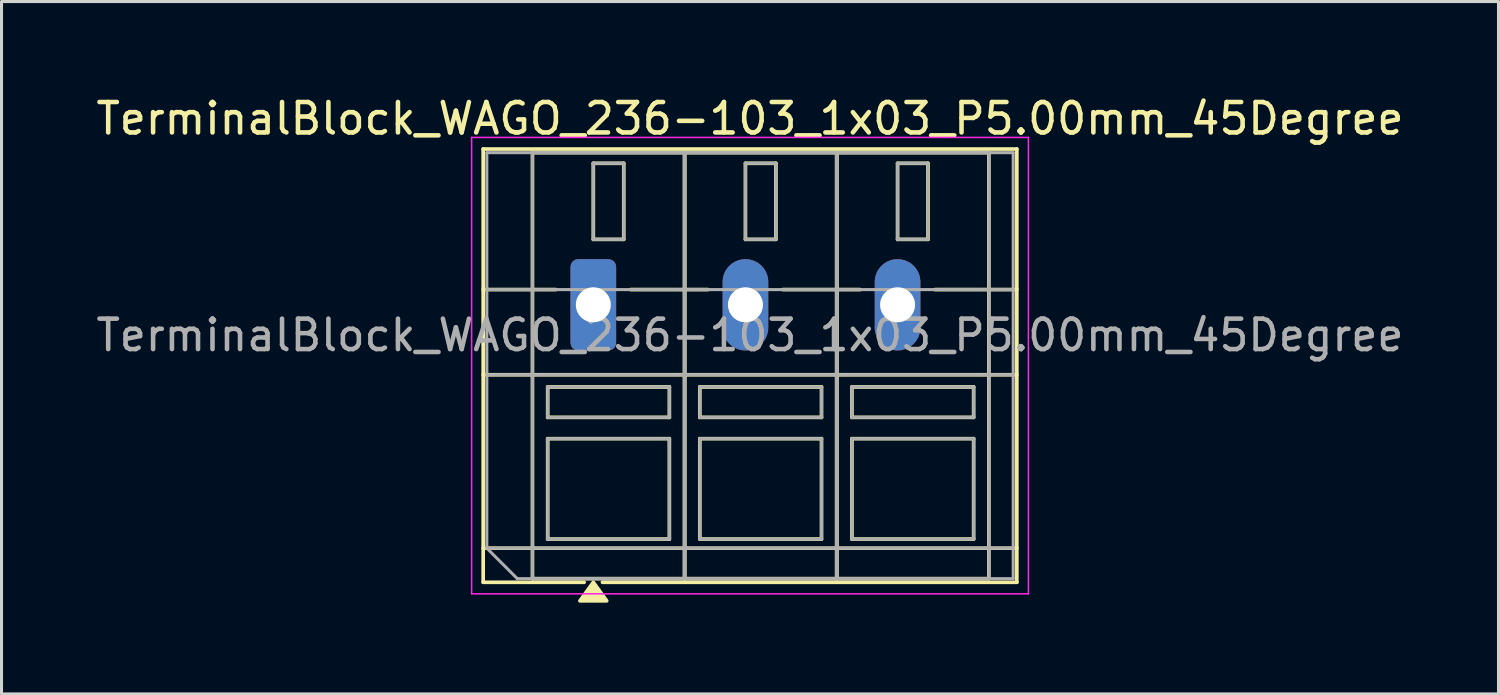
<source format=kicad_pcb>
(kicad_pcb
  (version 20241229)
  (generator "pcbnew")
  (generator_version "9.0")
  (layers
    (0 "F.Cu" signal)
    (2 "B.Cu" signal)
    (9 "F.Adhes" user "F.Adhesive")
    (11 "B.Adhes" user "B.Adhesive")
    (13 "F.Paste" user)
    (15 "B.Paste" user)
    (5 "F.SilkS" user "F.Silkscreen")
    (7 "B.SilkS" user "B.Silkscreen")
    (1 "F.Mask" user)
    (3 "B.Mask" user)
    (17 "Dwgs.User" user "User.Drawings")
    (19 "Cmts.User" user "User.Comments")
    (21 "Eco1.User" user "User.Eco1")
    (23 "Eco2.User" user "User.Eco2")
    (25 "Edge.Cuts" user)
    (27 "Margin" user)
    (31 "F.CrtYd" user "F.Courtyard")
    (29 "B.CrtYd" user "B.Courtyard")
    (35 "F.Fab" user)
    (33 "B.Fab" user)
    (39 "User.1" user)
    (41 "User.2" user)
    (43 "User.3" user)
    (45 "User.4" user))
  (footprint "TerminalBlock_WAGO_236-103_1x03_P5.00mm_45Degree"
    (layer "F.Cu")
    (at 16.451 6.968)
    (property "Reference" "TerminalBlock_WAGO_236-103_1x03_P5.00mm_45Degree" (at 5.15 -6.12 0) (layer "F.SilkS") (effects (font (size 1 1) (thickness 0.15))))
    (attr through_hole)
    (fp_line (start -3.62 -5.12) (end 13.92 -5.12) (stroke (width 0.12) (type solid)) (layer "F.SilkS"))
    (fp_line (start -3.62 -0.5) (end -1.23 -0.5) (stroke (width 0.12) (type solid)) (layer "F.SilkS"))
    (fp_line (start -3.62 2.3) (end 13.92 2.3) (stroke (width 0.12) (type solid)) (layer "F.SilkS"))
    (fp_line (start -3.62 8) (end 13.92 8) (stroke (width 0.12) (type solid)) (layer "F.SilkS"))
    (fp_line (start -3.62 9.12) (end -3.62 -5.12) (stroke (width 0.12) (type solid)) (layer "F.SilkS"))
    (fp_line (start -2 -5) (end 3 -5) (stroke (width 0.12) (type solid)) (layer "F.SilkS"))
    (fp_line (start -2 9) (end -2 -5) (stroke (width 0.12) (type solid)) (layer "F.SilkS"))
    (fp_line (start -1.5 2.7) (end 2.5 2.7) (stroke (width 0.12) (type solid)) (layer "F.SilkS"))
    (fp_line (start -1.5 3.7) (end -1.5 2.7) (stroke (width 0.12) (type solid)) (layer "F.SilkS"))
    (fp_line (start -1.5 4.4) (end 2.5 4.4) (stroke (width 0.12) (type solid)) (layer "F.SilkS"))
    (fp_line (start -1.5 7.7) (end -1.5 4.4) (stroke (width 0.12) (type solid)) (layer "F.SilkS"))
    (fp_line (start -0.3 9.12) (end -3.62 9.12) (stroke (width 0.12) (type solid)) (layer "F.SilkS"))
    (fp_line (start 0 -4.65) (end 1 -4.65) (stroke (width 0.12) (type solid)) (layer "F.SilkS"))
    (fp_line (start 0 -2.15) (end 0 -4.65) (stroke (width 0.12) (type solid)) (layer "F.SilkS"))
    (fp_line (start 1 -4.65) (end 1 -2.15) (stroke (width 0.12) (type solid)) (layer "F.SilkS"))
    (fp_line (start 1 -2.15) (end 0 -2.15) (stroke (width 0.12) (type solid)) (layer "F.SilkS"))
    (fp_line (start 1.23 -0.5) (end 3.77 -0.5) (stroke (width 0.12) (type solid)) (layer "F.SilkS"))
    (fp_line (start 2.5 2.7) (end 2.5 3.7) (stroke (width 0.12) (type solid)) (layer "F.SilkS"))
    (fp_line (start 2.5 3.7) (end -1.5 3.7) (stroke (width 0.12) (type solid)) (layer "F.SilkS"))
    (fp_line (start 2.5 4.4) (end 2.5 7.7) (stroke (width 0.12) (type solid)) (layer "F.SilkS"))
    (fp_line (start 2.5 7.7) (end -1.5 7.7) (stroke (width 0.12) (type solid)) (layer "F.SilkS"))
    (fp_line (start 3 -5) (end 3 9) (stroke (width 0.12) (type solid)) (layer "F.SilkS"))
    (fp_line (start 3 -5) (end 8 -5) (stroke (width 0.12) (type solid)) (layer "F.SilkS"))
    (fp_line (start 3 9) (end -2 9) (stroke (width 0.12) (type solid)) (layer "F.SilkS"))
    (fp_line (start 3 9) (end 3 -5) (stroke (width 0.12) (type solid)) (layer "F.SilkS"))
    (fp_line (start 3.5 2.7) (end 7.5 2.7) (stroke (width 0.12) (type solid)) (layer "F.SilkS"))
    (fp_line (start 3.5 3.7) (end 3.5 2.7) (stroke (width 0.12) (type solid)) (layer "F.SilkS"))
    (fp_line (start 3.5 4.4) (end 7.5 4.4) (stroke (width 0.12) (type solid)) (layer "F.SilkS"))
    (fp_line (start 3.5 7.7) (end 3.5 4.4) (stroke (width 0.12) (type solid)) (layer "F.SilkS"))
    (fp_line (start 5 -4.65) (end 6 -4.65) (stroke (width 0.12) (type solid)) (layer "F.SilkS"))
    (fp_line (start 5 -2.15) (end 5 -4.65) (stroke (width 0.12) (type solid)) (layer "F.SilkS"))
    (fp_line (start 6 -4.65) (end 6 -2.15) (stroke (width 0.12) (type solid)) (layer "F.SilkS"))
    (fp_line (start 6 -2.15) (end 5 -2.15) (stroke (width 0.12) (type solid)) (layer "F.SilkS"))
    (fp_line (start 6.23 -0.5) (end 8.77 -0.5) (stroke (width 0.12) (type solid)) (layer "F.SilkS"))
    (fp_line (start 7.5 2.7) (end 7.5 3.7) (stroke (width 0.12) (type solid)) (layer "F.SilkS"))
    (fp_line (start 7.5 3.7) (end 3.5 3.7) (stroke (width 0.12) (type solid)) (layer "F.SilkS"))
    (fp_line (start 7.5 4.4) (end 7.5 7.7) (stroke (width 0.12) (type solid)) (layer "F.SilkS"))
    (fp_line (start 7.5 7.7) (end 3.5 7.7) (stroke (width 0.12) (type solid)) (layer "F.SilkS"))
    (fp_line (start 8 -5) (end 8 9) (stroke (width 0.12) (type solid)) (layer "F.SilkS"))
    (fp_line (start 8 -5) (end 13 -5) (stroke (width 0.12) (type solid)) (layer "F.SilkS"))
    (fp_line (start 8 9) (end 3 9) (stroke (width 0.12) (type solid)) (layer "F.SilkS"))
    (fp_line (start 8 9) (end 8 -5) (stroke (width 0.12) (type solid)) (layer "F.SilkS"))
    (fp_line (start 8.5 2.7) (end 12.5 2.7) (stroke (width 0.12) (type solid)) (layer "F.SilkS"))
    (fp_line (start 8.5 3.7) (end 8.5 2.7) (stroke (width 0.12) (type solid)) (layer "F.SilkS"))
    (fp_line (start 8.5 4.4) (end 12.5 4.4) (stroke (width 0.12) (type solid)) (layer "F.SilkS"))
    (fp_line (start 8.5 7.7) (end 8.5 4.4) (stroke (width 0.12) (type solid)) (layer "F.SilkS"))
    (fp_line (start 10 -4.65) (end 11 -4.65) (stroke (width 0.12) (type solid)) (layer "F.SilkS"))
    (fp_line (start 10 -2.15) (end 10 -4.65) (stroke (width 0.12) (type solid)) (layer "F.SilkS"))
    (fp_line (start 11 -4.65) (end 11 -2.15) (stroke (width 0.12) (type solid)) (layer "F.SilkS"))
    (fp_line (start 11 -2.15) (end 10 -2.15) (stroke (width 0.12) (type solid)) (layer "F.SilkS"))
    (fp_line (start 11.23 -0.5) (end 13.92 -0.5) (stroke (width 0.12) (type solid)) (layer "F.SilkS"))
    (fp_line (start 12.5 2.7) (end 12.5 3.7) (stroke (width 0.12) (type solid)) (layer "F.SilkS"))
    (fp_line (start 12.5 3.7) (end 8.5 3.7) (stroke (width 0.12) (type solid)) (layer "F.SilkS"))
    (fp_line (start 12.5 4.4) (end 12.5 7.7) (stroke (width 0.12) (type solid)) (layer "F.SilkS"))
    (fp_line (start 12.5 7.7) (end 8.5 7.7) (stroke (width 0.12) (type solid)) (layer "F.SilkS"))
    (fp_line (start 13 -5) (end 13 9) (stroke (width 0.12) (type solid)) (layer "F.SilkS"))
    (fp_line (start 13 9) (end 8 9) (stroke (width 0.12) (type solid)) (layer "F.SilkS"))
    (fp_line (start 13.92 -5.12) (end 13.92 9.12) (stroke (width 0.12) (type solid)) (layer "F.SilkS"))
    (fp_line (start 13.92 9.12) (end 0.3 9.12) (stroke (width 0.12) (type solid)) (layer "F.SilkS"))
    (fp_poly (pts (xy 0 9.12) (xy 0.44 9.73) (xy -0.44 9.73)) (stroke (width 0.12) (type solid)) (fill yes) (layer "F.SilkS"))
    (fp_line (start -4 -5.5) (end -4 9.5) (stroke (width 0.05) (type solid)) (layer "F.CrtYd"))
    (fp_line (start -4 9.5) (end 14.3 9.5) (stroke (width 0.05) (type solid)) (layer "F.CrtYd"))
    (fp_line (start 14.3 -5.5) (end -4 -5.5) (stroke (width 0.05) (type solid)) (layer "F.CrtYd"))
    (fp_line (start 14.3 9.5) (end 14.3 -5.5) (stroke (width 0.05) (type solid)) (layer "F.CrtYd"))
    (fp_line (start -3.5 -5) (end 13.8 -5) (stroke (width 0.1) (type solid)) (layer "F.Fab"))
    (fp_line (start -3.5 -0.5) (end 13.8 -0.5) (stroke (width 0.1) (type solid)) (layer "F.Fab"))
    (fp_line (start -3.5 2.3) (end 13.8 2.3) (stroke (width 0.1) (type solid)) (layer "F.Fab"))
    (fp_line (start -3.5 8) (end -3.5 -5) (stroke (width 0.1) (type solid)) (layer "F.Fab"))
    (fp_line (start -3.5 8) (end 13.8 8) (stroke (width 0.1) (type solid)) (layer "F.Fab"))
    (fp_line (start -2.5 9) (end -3.5 8) (stroke (width 0.1) (type solid)) (layer "F.Fab"))
    (fp_line (start -2 -5) (end -2 9) (stroke (width 0.1) (type solid)) (layer "F.Fab"))
    (fp_line (start -2 9) (end 3 9) (stroke (width 0.1) (type solid)) (layer "F.Fab"))
    (fp_line (start -1.5 2.7) (end -1.5 3.7) (stroke (width 0.1) (type solid)) (layer "F.Fab"))
    (fp_line (start -1.5 3.7) (end 2.5 3.7) (stroke (width 0.1) (type solid)) (layer "F.Fab"))
    (fp_line (start -1.5 4.4) (end -1.5 7.7) (stroke (width 0.1) (type solid)) (layer "F.Fab"))
    (fp_line (start -1.5 7.7) (end 2.5 7.7) (stroke (width 0.1) (type solid)) (layer "F.Fab"))
    (fp_line (start 0 -4.65) (end 0 -2.15) (stroke (width 0.1) (type solid)) (layer "F.Fab"))
    (fp_line (start 0 -2.15) (end 1 -2.15) (stroke (width 0.1) (type solid)) (layer "F.Fab"))
    (fp_line (start 1 -4.65) (end 0 -4.65) (stroke (width 0.1) (type solid)) (layer "F.Fab"))
    (fp_line (start 1 -2.15) (end 1 -4.65) (stroke (width 0.1) (type solid)) (layer "F.Fab"))
    (fp_line (start 2.5 2.7) (end -1.5 2.7) (stroke (width 0.1) (type solid)) (layer "F.Fab"))
    (fp_line (start 2.5 3.7) (end 2.5 2.7) (stroke (width 0.1) (type solid)) (layer "F.Fab"))
    (fp_line (start 2.5 4.4) (end -1.5 4.4) (stroke (width 0.1) (type solid)) (layer "F.Fab"))
    (fp_line (start 2.5 7.7) (end 2.5 4.4) (stroke (width 0.1) (type solid)) (layer "F.Fab"))
    (fp_line (start 3 -5) (end -2 -5) (stroke (width 0.1) (type solid)) (layer "F.Fab"))
    (fp_line (start 3 -5) (end 3 9) (stroke (width 0.1) (type solid)) (layer "F.Fab"))
    (fp_line (start 3 9) (end 3 -5) (stroke (width 0.1) (type solid)) (layer "F.Fab"))
    (fp_line (start 3 9) (end 8 9) (stroke (width 0.1) (type solid)) (layer "F.Fab"))
    (fp_line (start 3.5 2.7) (end 3.5 3.7) (stroke (width 0.1) (type solid)) (layer "F.Fab"))
    (fp_line (start 3.5 3.7) (end 7.5 3.7) (stroke (width 0.1) (type solid)) (layer "F.Fab"))
    (fp_line (start 3.5 4.4) (end 3.5 7.7) (stroke (width 0.1) (type solid)) (layer "F.Fab"))
    (fp_line (start 3.5 7.7) (end 7.5 7.7) (stroke (width 0.1) (type solid)) (layer "F.Fab"))
    (fp_line (start 5 -4.65) (end 5 -2.15) (stroke (width 0.1) (type solid)) (layer "F.Fab"))
    (fp_line (start 5 -2.15) (end 6 -2.15) (stroke (width 0.1) (type solid)) (layer "F.Fab"))
    (fp_line (start 6 -4.65) (end 5 -4.65) (stroke (width 0.1) (type solid)) (layer "F.Fab"))
    (fp_line (start 6 -2.15) (end 6 -4.65) (stroke (width 0.1) (type solid)) (layer "F.Fab"))
    (fp_line (start 7.5 2.7) (end 3.5 2.7) (stroke (width 0.1) (type solid)) (layer "F.Fab"))
    (fp_line (start 7.5 3.7) (end 7.5 2.7) (stroke (width 0.1) (type solid)) (layer "F.Fab"))
    (fp_line (start 7.5 4.4) (end 3.5 4.4) (stroke (width 0.1) (type solid)) (layer "F.Fab"))
    (fp_line (start 7.5 7.7) (end 7.5 4.4) (stroke (width 0.1) (type solid)) (layer "F.Fab"))
    (fp_line (start 8 -5) (end 3 -5) (stroke (width 0.1) (type solid)) (layer "F.Fab"))
    (fp_line (start 8 -5) (end 8 9) (stroke (width 0.1) (type solid)) (layer "F.Fab"))
    (fp_line (start 8 9) (end 8 -5) (stroke (width 0.1) (type solid)) (layer "F.Fab"))
    (fp_line (start 8 9) (end 13 9) (stroke (width 0.1) (type solid)) (layer "F.Fab"))
    (fp_line (start 8.5 2.7) (end 8.5 3.7) (stroke (width 0.1) (type solid)) (layer "F.Fab"))
    (fp_line (start 8.5 3.7) (end 12.5 3.7) (stroke (width 0.1) (type solid)) (layer "F.Fab"))
    (fp_line (start 8.5 4.4) (end 8.5 7.7) (stroke (width 0.1) (type solid)) (layer "F.Fab"))
    (fp_line (start 8.5 7.7) (end 12.5 7.7) (stroke (width 0.1) (type solid)) (layer "F.Fab"))
    (fp_line (start 10 -4.65) (end 10 -2.15) (stroke (width 0.1) (type solid)) (layer "F.Fab"))
    (fp_line (start 10 -2.15) (end 11 -2.15) (stroke (width 0.1) (type solid)) (layer "F.Fab"))
    (fp_line (start 11 -4.65) (end 10 -4.65) (stroke (width 0.1) (type solid)) (layer "F.Fab"))
    (fp_line (start 11 -2.15) (end 11 -4.65) (stroke (width 0.1) (type solid)) (layer "F.Fab"))
    (fp_line (start 12.5 2.7) (end 8.5 2.7) (stroke (width 0.1) (type solid)) (layer "F.Fab"))
    (fp_line (start 12.5 3.7) (end 12.5 2.7) (stroke (width 0.1) (type solid)) (layer "F.Fab"))
    (fp_line (start 12.5 4.4) (end 8.5 4.4) (stroke (width 0.1) (type solid)) (layer "F.Fab"))
    (fp_line (start 12.5 7.7) (end 12.5 4.4) (stroke (width 0.1) (type solid)) (layer "F.Fab"))
    (fp_line (start 13 -5) (end 8 -5) (stroke (width 0.1) (type solid)) (layer "F.Fab"))
    (fp_line (start 13 9) (end 13 -5) (stroke (width 0.1) (type solid)) (layer "F.Fab"))
    (fp_line (start 13.8 -5) (end 13.8 9) (stroke (width 0.1) (type solid)) (layer "F.Fab"))
    (fp_line (start 13.8 9) (end -2.5 9) (stroke (width 0.1) (type solid)) (layer "F.Fab"))
    (fp_text user "${REFERENCE}" (at 5.15 1 0) (layer "F.Fab") (effects (font (size 1 1) (thickness 0.15))))
    (pad "1" thru_hole roundrect (at 0 0) (size 1.5 3) (drill 1.15) (layers "*.Cu" "*.Mask") (roundrect_rratio 0.167))
    (pad "2" thru_hole oval (at 5 0) (size 1.5 3) (drill 1.15) (layers "*.Cu" "*.Mask"))
    (pad "3" thru_hole oval (at 10 0) (size 1.5 3) (drill 1.15) (layers "*.Cu" "*.Mask")))
  (gr_rect
    (start -3 -3)
    (end 46.202 19.758)
    (stroke (width 0.1) (type default))
    (fill no)
    (layer "Edge.Cuts")))
</source>
